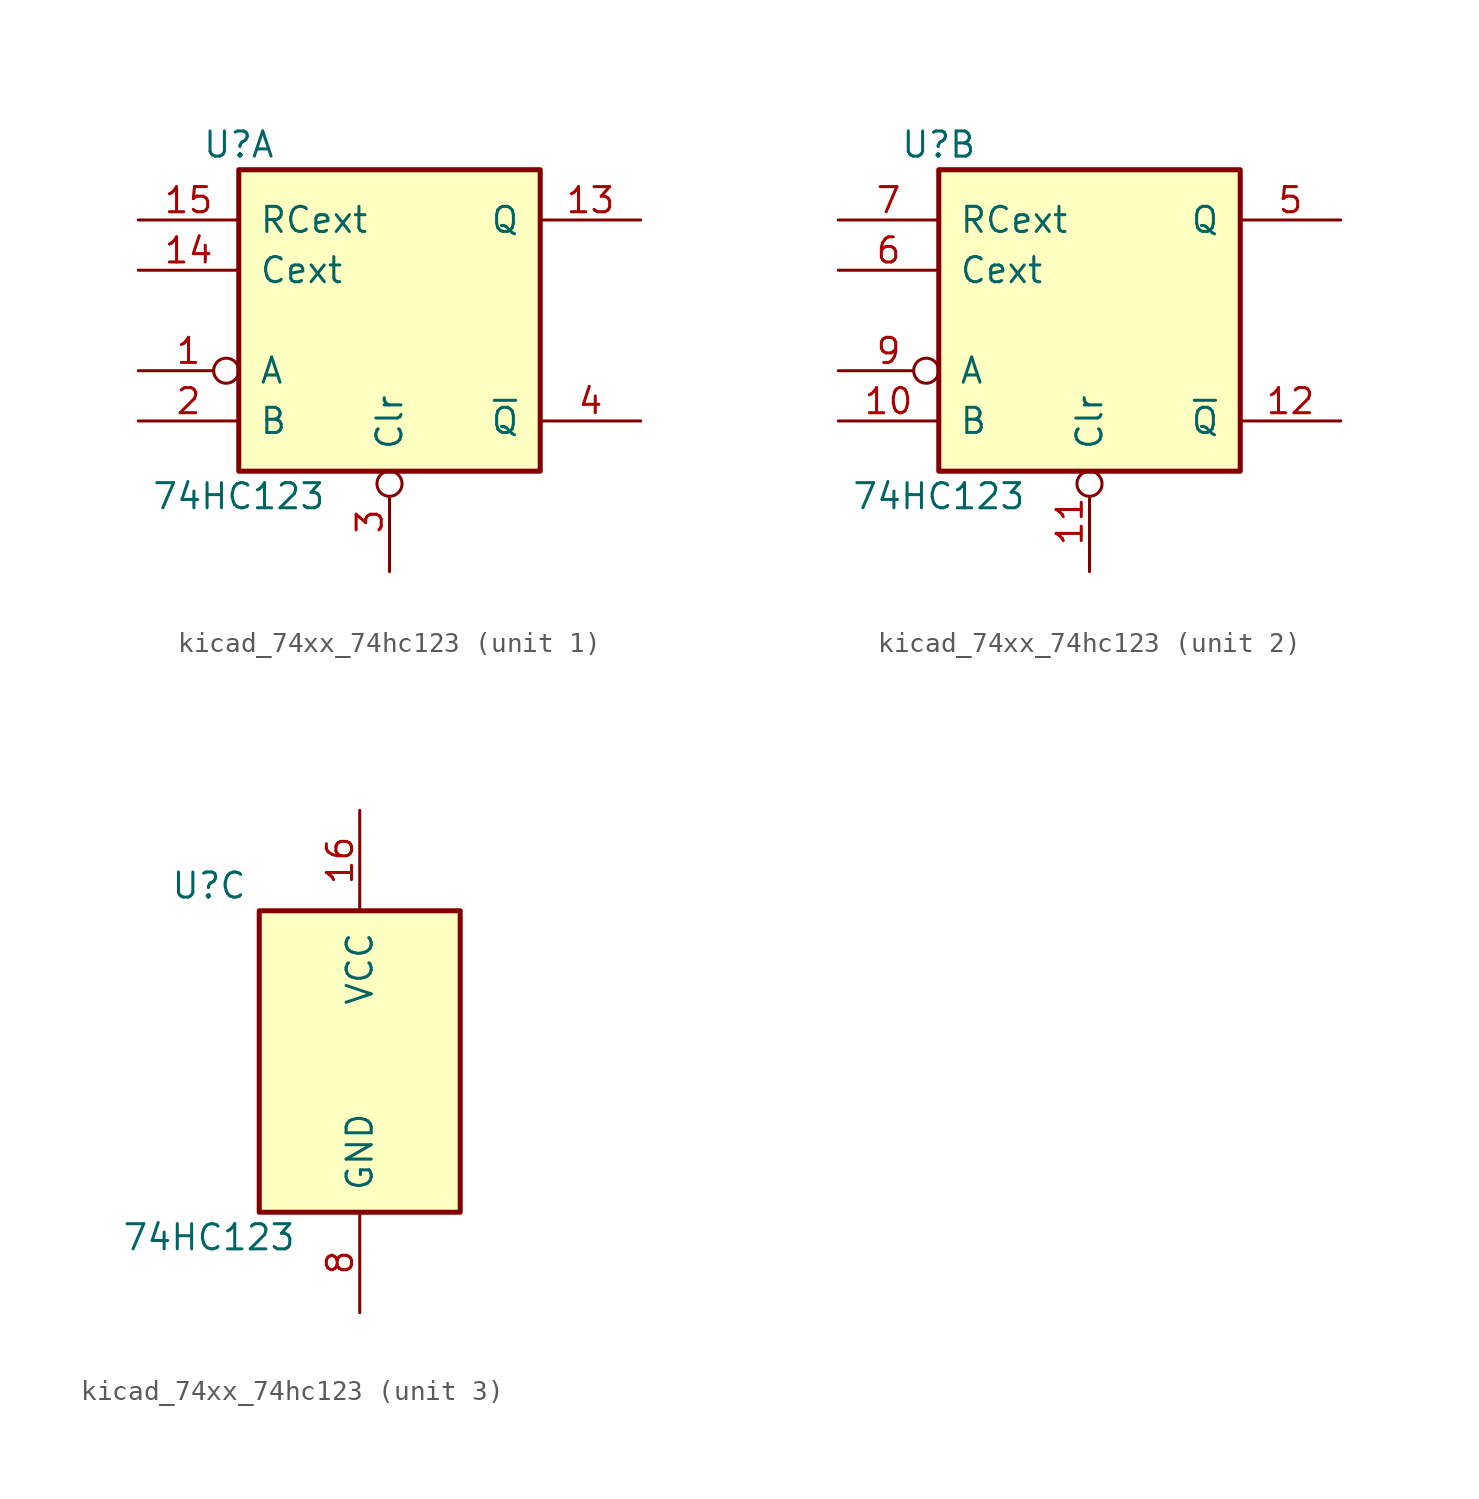
<source format=kicad_sym>
(kicad_symbol_lib
  (version 20220914)
  (generator kicad_symbol_editor)
  (symbol "kicad_74xx_74hc123"
    (pin_names
      (offset 1.016))
    (property "Reference" "U"
      (at -7.62 8.89 0)
      (effects (font (size 1.27 1.27))))
    (property "Value" "74HC123"
      (at -7.62 -8.89 0)
      (effects (font (size 1.27 1.27))))
    (property "ki_locked" ""
      (at 0 0 0)
      (effects (font (size 1.27 1.27))))
    (symbol "kicad_74xx_74hc123_1_0"
      (pin input inverted (at -12.7 -2.54 0) (length 5.08) (name "A" (effects (font (size 1.27 1.27)))) (number "1" (effects (font (size 1.27 1.27)))))
      (pin output line (at 12.7 5.08 180) (length 5.08) (name "Q" (effects (font (size 1.27 1.27)))) (number "13" (effects (font (size 1.27 1.27)))))
      (pin input line (at -12.7 2.54 0) (length 5.08) (name "Cext" (effects (font (size 1.27 1.27)))) (number "14" (effects (font (size 1.27 1.27)))))
      (pin input line (at -12.7 5.08 0) (length 5.08) (name "RCext" (effects (font (size 1.27 1.27)))) (number "15" (effects (font (size 1.27 1.27)))))
      (pin input line (at -12.7 -5.08 0) (length 5.08) (name "B" (effects (font (size 1.27 1.27)))) (number "2" (effects (font (size 1.27 1.27)))))
      (pin input inverted (at 0 -12.7 90) (length 5.08) (name "Clr" (effects (font (size 1.27 1.27)))) (number "3" (effects (font (size 1.27 1.27)))))
      (pin output line (at 12.7 -5.08 180) (length 5.08) (name "~{Q}" (effects (font (size 1.27 1.27)))) (number "4" (effects (font (size 1.27 1.27))))))
    (symbol "kicad_74xx_74hc123_1_1"
      (rectangle (start -7.62 7.62) (end 7.62 -7.62) (stroke (width 0.254) (type default)) (fill (type background))))
    (symbol "kicad_74xx_74hc123_2_0"
      (pin input line (at -12.7 -5.08 0) (length 5.08) (name "B" (effects (font (size 1.27 1.27)))) (number "10" (effects (font (size 1.27 1.27)))))
      (pin input inverted (at 0 -12.7 90) (length 5.08) (name "Clr" (effects (font (size 1.27 1.27)))) (number "11" (effects (font (size 1.27 1.27)))))
      (pin output line (at 12.7 -5.08 180) (length 5.08) (name "~{Q}" (effects (font (size 1.27 1.27)))) (number "12" (effects (font (size 1.27 1.27)))))
      (pin output line (at 12.7 5.08 180) (length 5.08) (name "Q" (effects (font (size 1.27 1.27)))) (number "5" (effects (font (size 1.27 1.27)))))
      (pin input line (at -12.7 2.54 0) (length 5.08) (name "Cext" (effects (font (size 1.27 1.27)))) (number "6" (effects (font (size 1.27 1.27)))))
      (pin input line (at -12.7 5.08 0) (length 5.08) (name "RCext" (effects (font (size 1.27 1.27)))) (number "7" (effects (font (size 1.27 1.27)))))
      (pin input inverted (at -12.7 -2.54 0) (length 5.08) (name "A" (effects (font (size 1.27 1.27)))) (number "9" (effects (font (size 1.27 1.27))))))
    (symbol "kicad_74xx_74hc123_2_1"
      (rectangle (start -7.62 7.62) (end 7.62 -7.62) (stroke (width 0.254) (type default)) (fill (type background))))
    (symbol "kicad_74xx_74hc123_3_0"
      (pin power_in line (at 0 12.7 270) (length 5.08) (name "VCC" (effects (font (size 1.27 1.27)))) (number "16" (effects (font (size 1.27 1.27)))))
      (pin power_in line (at 0 -12.7 90) (length 5.08) (name "GND" (effects (font (size 1.27 1.27)))) (number "8" (effects (font (size 1.27 1.27))))))
    (symbol "kicad_74xx_74hc123_3_1"
      (rectangle (start -5.08 7.62) (end 5.08 -7.62) (stroke (width 0.254) (type default)) (fill (type background))))))
</source>
